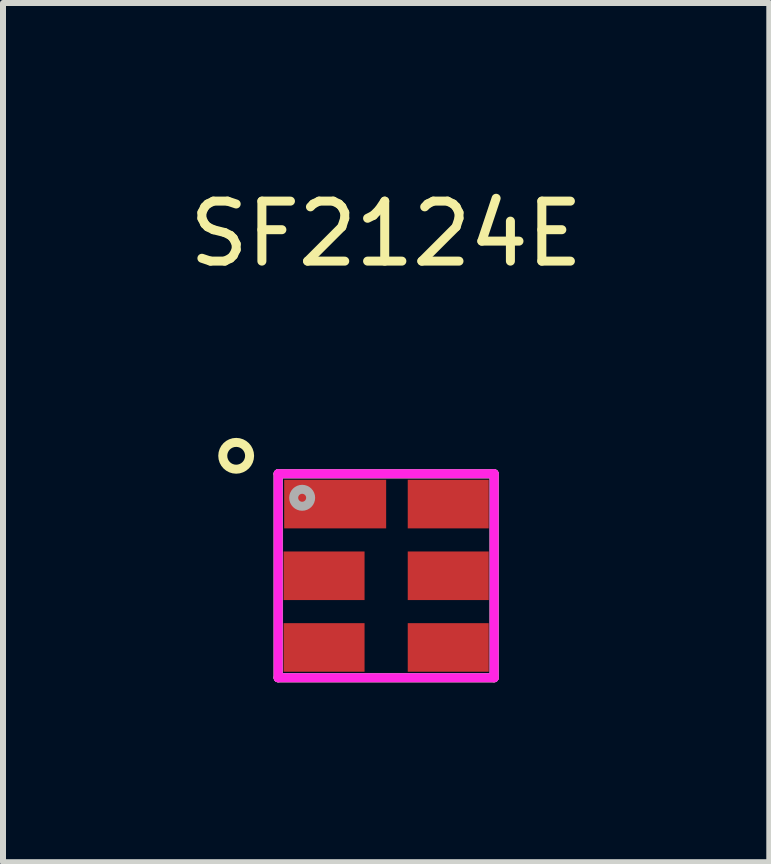
<source format=kicad_pcb>
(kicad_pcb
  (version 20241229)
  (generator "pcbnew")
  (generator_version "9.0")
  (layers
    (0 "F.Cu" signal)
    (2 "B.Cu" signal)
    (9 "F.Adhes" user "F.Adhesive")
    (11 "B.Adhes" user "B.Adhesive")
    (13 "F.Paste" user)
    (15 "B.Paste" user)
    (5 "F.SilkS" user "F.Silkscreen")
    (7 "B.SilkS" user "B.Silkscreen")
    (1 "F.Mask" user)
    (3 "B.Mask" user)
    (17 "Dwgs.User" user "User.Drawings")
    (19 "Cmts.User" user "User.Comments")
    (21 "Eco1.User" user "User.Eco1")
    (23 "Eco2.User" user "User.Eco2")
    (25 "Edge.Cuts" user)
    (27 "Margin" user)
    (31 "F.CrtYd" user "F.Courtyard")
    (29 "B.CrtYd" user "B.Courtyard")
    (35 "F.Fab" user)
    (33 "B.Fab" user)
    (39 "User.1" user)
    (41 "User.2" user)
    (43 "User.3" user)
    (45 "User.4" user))
  (footprint "SF2124E"
    (layer "F.Cu")
    (at 3.387 6.548)
    (property "Reference" "SF2124E" (at 0 -5.7 0) (layer "F.SilkS") (effects (font (size 1 1) (thickness 0.15))))
    (attr through_hole)
    (fp_line (start -1.8 -1.7) (end 1.8 -1.7) (stroke (width 0.15) (type solid)) (layer "F.SilkS"))
    (fp_line (start -1.8 1.7) (end -1.8 -1.7) (stroke (width 0.15) (type solid)) (layer "F.SilkS"))
    (fp_line (start 1.8 -1.7) (end 1.8 1.7) (stroke (width 0.15) (type solid)) (layer "F.SilkS"))
    (fp_line (start 1.8 1.7) (end -1.8 1.7) (stroke (width 0.15) (type solid)) (layer "F.SilkS"))
    (fp_circle (center -2.5 -2) (end -2.3 -1.9) (stroke (width 0.15) (type solid)) (fill no) (layer "F.SilkS"))
    (fp_line (start -1.8 -1.7) (end 1.8 -1.7) (stroke (width 0.15) (type solid)) (layer "F.CrtYd"))
    (fp_line (start -1.8 1.7) (end -1.8 -1.7) (stroke (width 0.15) (type solid)) (layer "F.CrtYd"))
    (fp_line (start 1.8 -1.7) (end 1.8 1.7) (stroke (width 0.15) (type solid)) (layer "F.CrtYd"))
    (fp_line (start 1.8 1.7) (end -1.8 1.7) (stroke (width 0.15) (type solid)) (layer "F.CrtYd"))
    (fp_line (start -1.8 -1.7) (end 1.8 -1.7) (stroke (width 0.15) (type solid)) (layer "F.Fab"))
    (fp_line (start -1.8 1.7) (end -1.8 -1.7) (stroke (width 0.15) (type solid)) (layer "F.Fab"))
    (fp_line (start 1.8 -1.7) (end 1.8 1.7) (stroke (width 0.15) (type solid)) (layer "F.Fab"))
    (fp_line (start 1.8 1.7) (end -1.8 1.7) (stroke (width 0.15) (type solid)) (layer "F.Fab"))
    (fp_circle (center -1.4 -1.3) (end -1.3 -1.2) (stroke (width 0.15) (type solid)) (fill no) (layer "F.Fab"))
    (pad "1" smd rect (at -0.85 -1.195) (size 1.7 0.81) (layers "F.Cu" "F.Mask" "F.Paste"))
    (pad "2" smd rect (at -1.035 0) (size 1.35 0.81) (layers "F.Cu" "F.Mask" "F.Paste"))
    (pad "3" smd rect (at -1.035 1.195) (size 1.35 0.81) (layers "F.Cu" "F.Mask" "F.Paste"))
    (pad "4" smd rect (at 1.035 1.195) (size 1.35 0.81) (layers "F.Cu" "F.Mask" "F.Paste"))
    (pad "5" smd rect (at 1.035 0) (size 1.35 0.81) (layers "F.Cu" "F.Mask" "F.Paste"))
    (pad "6" smd rect (at 1.035 -1.195) (size 1.35 0.81) (layers "F.Cu" "F.Mask" "F.Paste")))
  (gr_rect
    (start -3 -3)
    (end 9.774 11.323)
    (stroke (width 0.1) (type default))
    (fill no)
    (layer "Edge.Cuts")))
</source>
